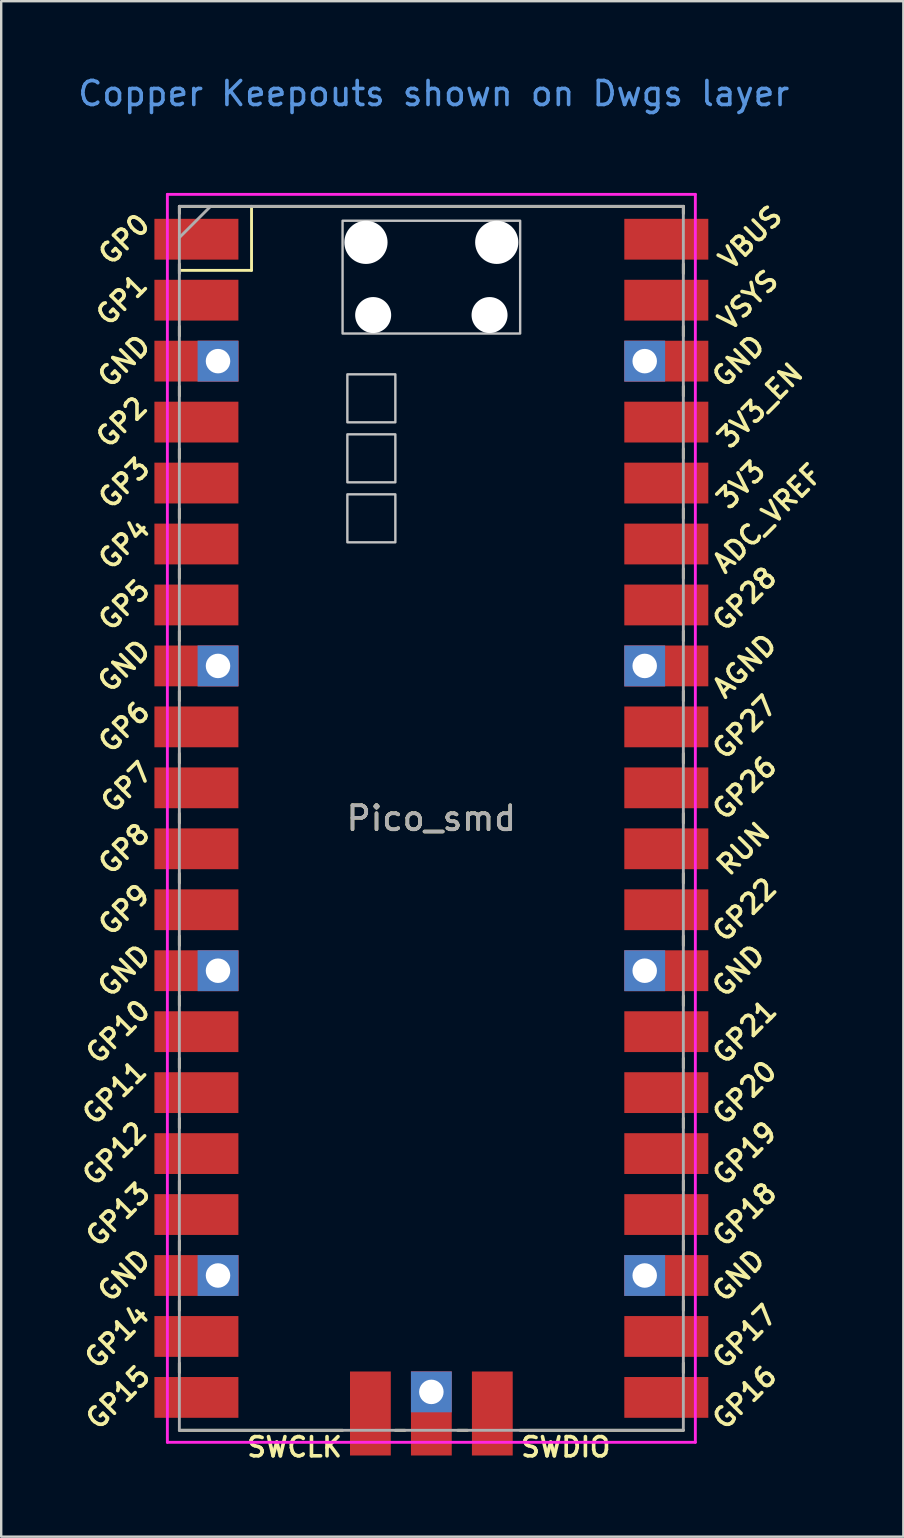
<source format=kicad_pcb>
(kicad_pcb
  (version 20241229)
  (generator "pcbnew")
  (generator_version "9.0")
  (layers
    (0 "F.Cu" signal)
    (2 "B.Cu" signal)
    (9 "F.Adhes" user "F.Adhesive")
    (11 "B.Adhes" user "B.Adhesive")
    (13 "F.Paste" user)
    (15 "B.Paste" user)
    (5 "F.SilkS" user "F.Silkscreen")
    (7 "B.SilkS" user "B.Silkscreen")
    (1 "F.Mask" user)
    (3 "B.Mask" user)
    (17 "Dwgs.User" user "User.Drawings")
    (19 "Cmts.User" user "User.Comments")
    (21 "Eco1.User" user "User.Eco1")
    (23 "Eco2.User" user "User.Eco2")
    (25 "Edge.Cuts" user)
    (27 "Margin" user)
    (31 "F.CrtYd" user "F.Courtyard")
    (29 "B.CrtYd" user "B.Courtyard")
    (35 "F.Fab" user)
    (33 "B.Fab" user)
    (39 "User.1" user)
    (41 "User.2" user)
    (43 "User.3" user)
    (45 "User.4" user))
  (footprint "Pico_smd"
    (layer "F.Cu")
    (at 14.924 31.048)
    (property "Reference" "Pico_smd" (at 0 0 0) (layer "F.SilkS") (effects (font (size 1 1) (thickness 0.15))))
    (attr through_hole)
    (fp_line (start -10.5 -25.5) (end -10.5 -25.2) (stroke (width 0.12) (type solid)) (layer "F.SilkS"))
    (fp_line (start -10.5 -25.5) (end 10.5 -25.5) (stroke (width 0.12) (type solid)) (layer "F.SilkS"))
    (fp_line (start -10.5 -23.1) (end -10.5 -22.7) (stroke (width 0.12) (type solid)) (layer "F.SilkS"))
    (fp_line (start -10.5 -22.833) (end -7.493 -22.833) (stroke (width 0.12) (type solid)) (layer "F.SilkS"))
    (fp_line (start -10.5 -20.5) (end -10.5 -20.1) (stroke (width 0.12) (type solid)) (layer "F.SilkS"))
    (fp_line (start -10.5 -18) (end -10.5 -17.6) (stroke (width 0.12) (type solid)) (layer "F.SilkS"))
    (fp_line (start -10.5 -15.4) (end -10.5 -15) (stroke (width 0.12) (type solid)) (layer "F.SilkS"))
    (fp_line (start -10.5 -12.9) (end -10.5 -12.5) (stroke (width 0.12) (type solid)) (layer "F.SilkS"))
    (fp_line (start -10.5 -10.4) (end -10.5 -10) (stroke (width 0.12) (type solid)) (layer "F.SilkS"))
    (fp_line (start -10.5 -7.8) (end -10.5 -7.4) (stroke (width 0.12) (type solid)) (layer "F.SilkS"))
    (fp_line (start -10.5 -5.3) (end -10.5 -4.9) (stroke (width 0.12) (type solid)) (layer "F.SilkS"))
    (fp_line (start -10.5 -2.7) (end -10.5 -2.3) (stroke (width 0.12) (type solid)) (layer "F.SilkS"))
    (fp_line (start -10.5 -0.2) (end -10.5 0.2) (stroke (width 0.12) (type solid)) (layer "F.SilkS"))
    (fp_line (start -10.5 2.3) (end -10.5 2.7) (stroke (width 0.12) (type solid)) (layer "F.SilkS"))
    (fp_line (start -10.5 4.9) (end -10.5 5.3) (stroke (width 0.12) (type solid)) (layer "F.SilkS"))
    (fp_line (start -10.5 7.4) (end -10.5 7.8) (stroke (width 0.12) (type solid)) (layer "F.SilkS"))
    (fp_line (start -10.5 10) (end -10.5 10.4) (stroke (width 0.12) (type solid)) (layer "F.SilkS"))
    (fp_line (start -10.5 12.5) (end -10.5 12.9) (stroke (width 0.12) (type solid)) (layer "F.SilkS"))
    (fp_line (start -10.5 15.1) (end -10.5 15.5) (stroke (width 0.12) (type solid)) (layer "F.SilkS"))
    (fp_line (start -10.5 17.6) (end -10.5 18) (stroke (width 0.12) (type solid)) (layer "F.SilkS"))
    (fp_line (start -10.5 20.1) (end -10.5 20.5) (stroke (width 0.12) (type solid)) (layer "F.SilkS"))
    (fp_line (start -10.5 22.7) (end -10.5 23.1) (stroke (width 0.12) (type solid)) (layer "F.SilkS"))
    (fp_line (start -7.493 -22.833) (end -7.493 -25.5) (stroke (width 0.12) (type solid)) (layer "F.SilkS"))
    (fp_line (start -3.7 25.5) (end -10.5 25.5) (stroke (width 0.12) (type solid)) (layer "F.SilkS"))
    (fp_line (start -1.5 25.5) (end -1.1 25.5) (stroke (width 0.12) (type solid)) (layer "F.SilkS"))
    (fp_line (start 1.1 25.5) (end 1.5 25.5) (stroke (width 0.12) (type solid)) (layer "F.SilkS"))
    (fp_line (start 10.5 -25.5) (end 10.5 -25.2) (stroke (width 0.12) (type solid)) (layer "F.SilkS"))
    (fp_line (start 10.5 -23.1) (end 10.5 -22.7) (stroke (width 0.12) (type solid)) (layer "F.SilkS"))
    (fp_line (start 10.5 -20.5) (end 10.5 -20.1) (stroke (width 0.12) (type solid)) (layer "F.SilkS"))
    (fp_line (start 10.5 -18) (end 10.5 -17.6) (stroke (width 0.12) (type solid)) (layer "F.SilkS"))
    (fp_line (start 10.5 -15.4) (end 10.5 -15) (stroke (width 0.12) (type solid)) (layer "F.SilkS"))
    (fp_line (start 10.5 -12.9) (end 10.5 -12.5) (stroke (width 0.12) (type solid)) (layer "F.SilkS"))
    (fp_line (start 10.5 -10.4) (end 10.5 -10) (stroke (width 0.12) (type solid)) (layer "F.SilkS"))
    (fp_line (start 10.5 -7.8) (end 10.5 -7.4) (stroke (width 0.12) (type solid)) (layer "F.SilkS"))
    (fp_line (start 10.5 -5.3) (end 10.5 -4.9) (stroke (width 0.12) (type solid)) (layer "F.SilkS"))
    (fp_line (start 10.5 -2.7) (end 10.5 -2.3) (stroke (width 0.12) (type solid)) (layer "F.SilkS"))
    (fp_line (start 10.5 -0.2) (end 10.5 0.2) (stroke (width 0.12) (type solid)) (layer "F.SilkS"))
    (fp_line (start 10.5 2.3) (end 10.5 2.7) (stroke (width 0.12) (type solid)) (layer "F.SilkS"))
    (fp_line (start 10.5 4.9) (end 10.5 5.3) (stroke (width 0.12) (type solid)) (layer "F.SilkS"))
    (fp_line (start 10.5 7.4) (end 10.5 7.8) (stroke (width 0.12) (type solid)) (layer "F.SilkS"))
    (fp_line (start 10.5 10) (end 10.5 10.4) (stroke (width 0.12) (type solid)) (layer "F.SilkS"))
    (fp_line (start 10.5 12.5) (end 10.5 12.9) (stroke (width 0.12) (type solid)) (layer "F.SilkS"))
    (fp_line (start 10.5 15.1) (end 10.5 15.5) (stroke (width 0.12) (type solid)) (layer "F.SilkS"))
    (fp_line (start 10.5 17.6) (end 10.5 18) (stroke (width 0.12) (type solid)) (layer "F.SilkS"))
    (fp_line (start 10.5 20.1) (end 10.5 20.5) (stroke (width 0.12) (type solid)) (layer "F.SilkS"))
    (fp_line (start 10.5 22.7) (end 10.5 23.1) (stroke (width 0.12) (type solid)) (layer "F.SilkS"))
    (fp_line (start 10.5 25.5) (end 3.7 25.5) (stroke (width 0.12) (type solid)) (layer "F.SilkS"))
    (fp_poly (pts (xy -1.5 -16.5) (xy -3.5 -16.5) (xy -3.5 -18.5) (xy -1.5 -18.5)) (stroke (width 0.1) (type solid)) (fill no) (layer "Dwgs.User"))
    (fp_poly (pts (xy -1.5 -14) (xy -3.5 -14) (xy -3.5 -16) (xy -1.5 -16)) (stroke (width 0.1) (type solid)) (fill no) (layer "Dwgs.User"))
    (fp_poly (pts (xy -1.5 -11.5) (xy -3.5 -11.5) (xy -3.5 -13.5) (xy -1.5 -13.5)) (stroke (width 0.1) (type solid)) (fill no) (layer "Dwgs.User"))
    (fp_poly (pts (xy 3.7 -20.2) (xy -3.7 -20.2) (xy -3.7 -24.9) (xy 3.7 -24.9)) (stroke (width 0.1) (type solid)) (fill no) (layer "Dwgs.User"))
    (fp_line (start -11 -26) (end 11 -26) (stroke (width 0.12) (type solid)) (layer "F.CrtYd"))
    (fp_line (start -11 26) (end -11 -26) (stroke (width 0.12) (type solid)) (layer "F.CrtYd"))
    (fp_line (start 11 -26) (end 11 26) (stroke (width 0.12) (type solid)) (layer "F.CrtYd"))
    (fp_line (start 11 26) (end -11 26) (stroke (width 0.12) (type solid)) (layer "F.CrtYd"))
    (fp_line (start -10.5 -25.5) (end 10.5 -25.5) (stroke (width 0.12) (type solid)) (layer "F.Fab"))
    (fp_line (start -10.5 -24.2) (end -9.2 -25.5) (stroke (width 0.12) (type solid)) (layer "F.Fab"))
    (fp_line (start -10.5 25.5) (end -10.5 -25.5) (stroke (width 0.12) (type solid)) (layer "F.Fab"))
    (fp_line (start 10.5 -25.5) (end 10.5 25.5) (stroke (width 0.12) (type solid)) (layer "F.Fab"))
    (fp_line (start 10.5 25.5) (end -10.5 25.5) (stroke (width 0.12) (type solid)) (layer "F.Fab"))
    (fp_text user "GP11" (at -13.2 11.43 45) (layer "F.SilkS") (effects (font (size 0.8 0.8) (thickness 0.15))))
    (fp_text user "GP13" (at -13.054 16.51 45) (layer "F.SilkS") (effects (font (size 0.8 0.8) (thickness 0.15))))
    (fp_text user "GP14" (at -13.1 21.59 45) (layer "F.SilkS") (effects (font (size 0.8 0.8) (thickness 0.15))))
    (fp_text user "GND" (at -12.8 19.05 45) (layer "F.SilkS") (effects (font (size 0.8 0.8) (thickness 0.15))))
    (fp_text user "AGND" (at 13.054 -6.35 45) (layer "F.SilkS") (effects (font (size 0.8 0.8) (thickness 0.15))))
    (fp_text user "GND" (at 12.8 -19.05 45) (layer "F.SilkS") (effects (font (size 0.8 0.8) (thickness 0.15))))
    (fp_text user "GP12" (at -13.2 13.97 45) (layer "F.SilkS") (effects (font (size 0.8 0.8) (thickness 0.15))))
    (fp_text user "GP15" (at -13.054 24.13 45) (layer "F.SilkS") (effects (font (size 0.8 0.8) (thickness 0.15))))
    (fp_text user "VBUS" (at 13.3 -24.2 45) (layer "F.SilkS") (effects (font (size 0.8 0.8) (thickness 0.15))))
    (fp_text user "GP9" (at -12.8 3.81 45) (layer "F.SilkS") (effects (font (size 0.8 0.8) (thickness 0.15))))
    (fp_text user "GND" (at -12.8 -19.05 45) (layer "F.SilkS") (effects (font (size 0.8 0.8) (thickness 0.15))))
    (fp_text user "GP6" (at -12.8 -3.81 45) (layer "F.SilkS") (effects (font (size 0.8 0.8) (thickness 0.15))))
    (fp_text user "GP5" (at -12.8 -8.89 45) (layer "F.SilkS") (effects (font (size 0.8 0.8) (thickness 0.15))))
    (fp_text user "GND" (at 12.8 6.35 45) (layer "F.SilkS") (effects (font (size 0.8 0.8) (thickness 0.15))))
    (fp_text user "3V3" (at 12.9 -13.9 45) (layer "F.SilkS") (effects (font (size 0.8 0.8) (thickness 0.15))))
    (fp_text user "3V3_EN" (at 13.7 -17.2 45) (layer "F.SilkS") (effects (font (size 0.8 0.8) (thickness 0.15))))
    (fp_text user "SWCLK" (at -5.7 26.2 0) (layer "F.SilkS") (effects (font (size 0.8 0.8) (thickness 0.15))))
    (fp_text user "GP27" (at 13.054 -3.8 45) (layer "F.SilkS") (effects (font (size 0.8 0.8) (thickness 0.15))))
    (fp_text user "GP28" (at 13.054 -9.144 45) (layer "F.SilkS") (effects (font (size 0.8 0.8) (thickness 0.15))))
    (fp_text user "GP17" (at 13.054 21.59 45) (layer "F.SilkS") (effects (font (size 0.8 0.8) (thickness 0.15))))
    (fp_text user "GP20" (at 13.054 11.43 45) (layer "F.SilkS") (effects (font (size 0.8 0.8) (thickness 0.15))))
    (fp_text user "GP0" (at -12.8 -24.13 45) (layer "F.SilkS") (effects (font (size 0.8 0.8) (thickness 0.15))))
    (fp_text user "GP26" (at 13.054 -1.27 45) (layer "F.SilkS") (effects (font (size 0.8 0.8) (thickness 0.15))))
    (fp_text user "GND" (at -12.8 6.35 45) (layer "F.SilkS") (effects (font (size 0.8 0.8) (thickness 0.15))))
    (fp_text user "RUN" (at 13 1.27 45) (layer "F.SilkS") (effects (font (size 0.8 0.8) (thickness 0.15))))
    (fp_text user "ADC_VREF" (at 14 -12.5 45) (layer "F.SilkS") (effects (font (size 0.8 0.8) (thickness 0.15))))
    (fp_text user "GP7" (at -12.7 -1.3 45) (layer "F.SilkS") (effects (font (size 0.8 0.8) (thickness 0.15))))
    (fp_text user "GP4" (at -12.8 -11.43 45) (layer "F.SilkS") (effects (font (size 0.8 0.8) (thickness 0.15))))
    (fp_text user "VSYS" (at 13.2 -21.59 45) (layer "F.SilkS") (effects (font (size 0.8 0.8) (thickness 0.15))))
    (fp_text user "SWDIO" (at 5.6 26.2 0) (layer "F.SilkS") (effects (font (size 0.8 0.8) (thickness 0.15))))
    (fp_text user "GP22" (at 13.054 3.81 45) (layer "F.SilkS") (effects (font (size 0.8 0.8) (thickness 0.15))))
    (fp_text user "GP21" (at 13.054 8.9 45) (layer "F.SilkS") (effects (font (size 0.8 0.8) (thickness 0.15))))
    (fp_text user "GP8" (at -12.8 1.27 45) (layer "F.SilkS") (effects (font (size 0.8 0.8) (thickness 0.15))))
    (fp_text user "GND" (at -12.8 -6.35 45) (layer "F.SilkS") (effects (font (size 0.8 0.8) (thickness 0.15))))
    (fp_text user "GP19" (at 13.054 13.97 45) (layer "F.SilkS") (effects (font (size 0.8 0.8) (thickness 0.15))))
    (fp_text user "GP18" (at 13.054 16.51 45) (layer "F.SilkS") (effects (font (size 0.8 0.8) (thickness 0.15))))
    (fp_text user "GND" (at 12.8 19.05 45) (layer "F.SilkS") (effects (font (size 0.8 0.8) (thickness 0.15))))
    (fp_text user "GP1" (at -12.9 -21.6 45) (layer "F.SilkS") (effects (font (size 0.8 0.8) (thickness 0.15))))
    (fp_text user "GP10" (at -13.054 8.89 45) (layer "F.SilkS") (effects (font (size 0.8 0.8) (thickness 0.15))))
    (fp_text user "GP3" (at -12.8 -13.97 45) (layer "F.SilkS") (effects (font (size 0.8 0.8) (thickness 0.15))))
    (fp_text user "GP16" (at 13.054 24.13 45) (layer "F.SilkS") (effects (font (size 0.8 0.8) (thickness 0.15))))
    (fp_text user "GP2" (at -12.9 -16.51 45) (layer "F.SilkS") (effects (font (size 0.8 0.8) (thickness 0.15))))
    (fp_text user "Copper Keepouts shown on Dwgs layer" (at 0.1 -30.2 0) (layer "Cmts.User") (effects (font (size 1 1) (thickness 0.15))))
    (fp_text user "${REFERENCE}" (at 0 0 180) (layer "F.Fab") (effects (font (size 1 1) (thickness 0.15))))
    (pad "" np_thru_hole oval (at -2.725 -24) (size 1.8 1.8) (drill 1.8) (layers "*.Cu" "*.Mask"))
    (pad "" np_thru_hole oval (at -2.425 -20.97) (size 1.5 1.5) (drill 1.5) (layers "*.Cu" "*.Mask"))
    (pad "" np_thru_hole oval (at 2.425 -20.97) (size 1.5 1.5) (drill 1.5) (layers "*.Cu" "*.Mask"))
    (pad "" np_thru_hole oval (at 2.725 -24) (size 1.8 1.8) (drill 1.8) (layers "*.Cu" "*.Mask"))
    (pad "1" smd rect (at -8.89 -24.13) (size 3.5 1.7) (drill (offset -0.9 0)) (layers "F.Cu" "F.Mask"))
    (pad "2" smd rect (at -8.89 -21.59) (size 3.5 1.7) (drill (offset -0.9 0)) (layers "F.Cu" "F.Mask"))
    (pad "3" thru_hole rect (at -8.89 -19.05) (size 1.7 1.7) (drill 1.02) (layers "*.Cu" "F.Mask"))
    (pad "3" smd rect (at -8.89 -19.05) (size 3.5 1.7) (drill (offset -0.9 0)) (layers "F.Cu" "F.Mask"))
    (pad "4" smd rect (at -8.89 -16.51) (size 3.5 1.7) (drill (offset -0.9 0)) (layers "F.Cu" "F.Mask"))
    (pad "5" smd rect (at -8.89 -13.97) (size 3.5 1.7) (drill (offset -0.9 0)) (layers "F.Cu" "F.Mask"))
    (pad "6" smd rect (at -8.89 -11.43) (size 3.5 1.7) (drill (offset -0.9 0)) (layers "F.Cu" "F.Mask"))
    (pad "7" smd rect (at -8.89 -8.89) (size 3.5 1.7) (drill (offset -0.9 0)) (layers "F.Cu" "F.Mask"))
    (pad "8" thru_hole rect (at -8.89 -6.35) (size 1.7 1.7) (drill 1.02) (layers "*.Cu" "F.Mask"))
    (pad "8" smd rect (at -8.89 -6.35) (size 3.5 1.7) (drill (offset -0.9 0)) (layers "F.Cu" "F.Mask"))
    (pad "9" smd rect (at -8.89 -3.81) (size 3.5 1.7) (drill (offset -0.9 0)) (layers "F.Cu" "F.Mask"))
    (pad "10" smd rect (at -8.89 -1.27) (size 3.5 1.7) (drill (offset -0.9 0)) (layers "F.Cu" "F.Mask"))
    (pad "11" smd rect (at -8.89 1.27) (size 3.5 1.7) (drill (offset -0.9 0)) (layers "F.Cu" "F.Mask"))
    (pad "12" smd rect (at -8.89 3.81) (size 3.5 1.7) (drill (offset -0.9 0)) (layers "F.Cu" "F.Mask"))
    (pad "13" thru_hole rect (at -8.89 6.35) (size 1.7 1.7) (drill 1.02) (layers "*.Cu" "F.Mask"))
    (pad "13" smd rect (at -8.89 6.35) (size 3.5 1.7) (drill (offset -0.9 0)) (layers "F.Cu" "F.Mask"))
    (pad "14" smd rect (at -8.89 8.89) (size 3.5 1.7) (drill (offset -0.9 0)) (layers "F.Cu" "F.Mask"))
    (pad "15" smd rect (at -8.89 11.43) (size 3.5 1.7) (drill (offset -0.9 0)) (layers "F.Cu" "F.Mask"))
    (pad "16" smd rect (at -8.89 13.97) (size 3.5 1.7) (drill (offset -0.9 0)) (layers "F.Cu" "F.Mask"))
    (pad "17" smd rect (at -8.89 16.51) (size 3.5 1.7) (drill (offset -0.9 0)) (layers "F.Cu" "F.Mask"))
    (pad "18" thru_hole rect (at -8.89 19.05) (size 1.7 1.7) (drill 1.02) (layers "*.Cu" "F.Mask"))
    (pad "18" smd rect (at -8.89 19.05) (size 3.5 1.7) (drill (offset -0.9 0)) (layers "F.Cu" "F.Mask"))
    (pad "19" smd rect (at -8.89 21.59) (size 3.5 1.7) (drill (offset -0.9 0)) (layers "F.Cu" "F.Mask"))
    (pad "20" smd rect (at -8.89 24.13) (size 3.5 1.7) (drill (offset -0.9 0)) (layers "F.Cu" "F.Mask"))
    (pad "21" smd rect (at 8.89 24.13) (size 3.5 1.7) (drill (offset 0.9 0)) (layers "F.Cu" "F.Mask"))
    (pad "22" smd rect (at 8.89 21.59) (size 3.5 1.7) (drill (offset 0.9 0)) (layers "F.Cu" "F.Mask"))
    (pad "23" thru_hole rect (at 8.89 19.05) (size 1.7 1.7) (drill 1.02) (layers "*.Cu" "F.Mask"))
    (pad "23" smd rect (at 8.89 19.05) (size 3.5 1.7) (drill (offset 0.9 0)) (layers "F.Cu" "F.Mask"))
    (pad "24" smd rect (at 8.89 16.51) (size 3.5 1.7) (drill (offset 0.9 0)) (layers "F.Cu" "F.Mask"))
    (pad "25" smd rect (at 8.89 13.97) (size 3.5 1.7) (drill (offset 0.9 0)) (layers "F.Cu" "F.Mask"))
    (pad "26" smd rect (at 8.89 11.43) (size 3.5 1.7) (drill (offset 0.9 0)) (layers "F.Cu" "F.Mask"))
    (pad "27" smd rect (at 8.89 8.89) (size 3.5 1.7) (drill (offset 0.9 0)) (layers "F.Cu" "F.Mask"))
    (pad "28" thru_hole rect (at 8.89 6.35) (size 1.7 1.7) (drill 1.02) (layers "*.Cu" "F.Mask"))
    (pad "28" smd rect (at 8.89 6.35) (size 3.5 1.7) (drill (offset 0.9 0)) (layers "F.Cu" "F.Mask"))
    (pad "29" smd rect (at 8.89 3.81) (size 3.5 1.7) (drill (offset 0.9 0)) (layers "F.Cu" "F.Mask"))
    (pad "30" smd rect (at 8.89 1.27) (size 3.5 1.7) (drill (offset 0.9 0)) (layers "F.Cu" "F.Mask"))
    (pad "31" smd rect (at 8.89 -1.27) (size 3.5 1.7) (drill (offset 0.9 0)) (layers "F.Cu" "F.Mask"))
    (pad "32" smd rect (at 8.89 -3.81) (size 3.5 1.7) (drill (offset 0.9 0)) (layers "F.Cu" "F.Mask"))
    (pad "33" thru_hole rect (at 8.89 -6.35) (size 1.7 1.7) (drill 1.02) (layers "*.Cu" "F.Mask"))
    (pad "33" smd rect (at 8.89 -6.35) (size 3.5 1.7) (drill (offset 0.9 0)) (layers "F.Cu" "F.Mask"))
    (pad "34" smd rect (at 8.89 -8.89) (size 3.5 1.7) (drill (offset 0.9 0)) (layers "F.Cu" "F.Mask"))
    (pad "35" smd rect (at 8.89 -11.43) (size 3.5 1.7) (drill (offset 0.9 0)) (layers "F.Cu" "F.Mask"))
    (pad "36" smd rect (at 8.89 -13.97) (size 3.5 1.7) (drill (offset 0.9 0)) (layers "F.Cu" "F.Mask"))
    (pad "37" smd rect (at 8.89 -16.51) (size 3.5 1.7) (drill (offset 0.9 0)) (layers "F.Cu" "F.Mask"))
    (pad "38" thru_hole rect (at 8.89 -19.05) (size 1.7 1.7) (drill 1.02) (layers "*.Cu" "F.Mask"))
    (pad "38" smd rect (at 8.89 -19.05) (size 3.5 1.7) (drill (offset 0.9 0)) (layers "F.Cu" "F.Mask"))
    (pad "39" smd rect (at 8.89 -21.59) (size 3.5 1.7) (drill (offset 0.9 0)) (layers "F.Cu" "F.Mask"))
    (pad "40" smd rect (at 8.89 -24.13) (size 3.5 1.7) (drill (offset 0.9 0)) (layers "F.Cu" "F.Mask"))
    (pad "41" smd rect (at -2.54 23.9 90) (size 3.5 1.7) (drill (offset -0.9 0)) (layers "F.Cu" "F.Mask"))
    (pad "42" thru_hole rect (at 0 23.9) (size 1.7 1.7) (drill 1.02) (layers "*.Cu" "F.Mask"))
    (pad "42" smd rect (at 0 23.9 90) (size 3.5 1.7) (drill (offset -0.9 0)) (layers "F.Cu" "F.Mask"))
    (pad "43" smd rect (at 2.54 23.9 90) (size 3.5 1.7) (drill (offset -0.9 0)) (layers "F.Cu" "F.Mask")))
  (gr_rect
    (start -3 -3)
    (end 34.591 60.98)
    (stroke (width 0.1) (type default))
    (fill no)
    (layer "Edge.Cuts")))
</source>
